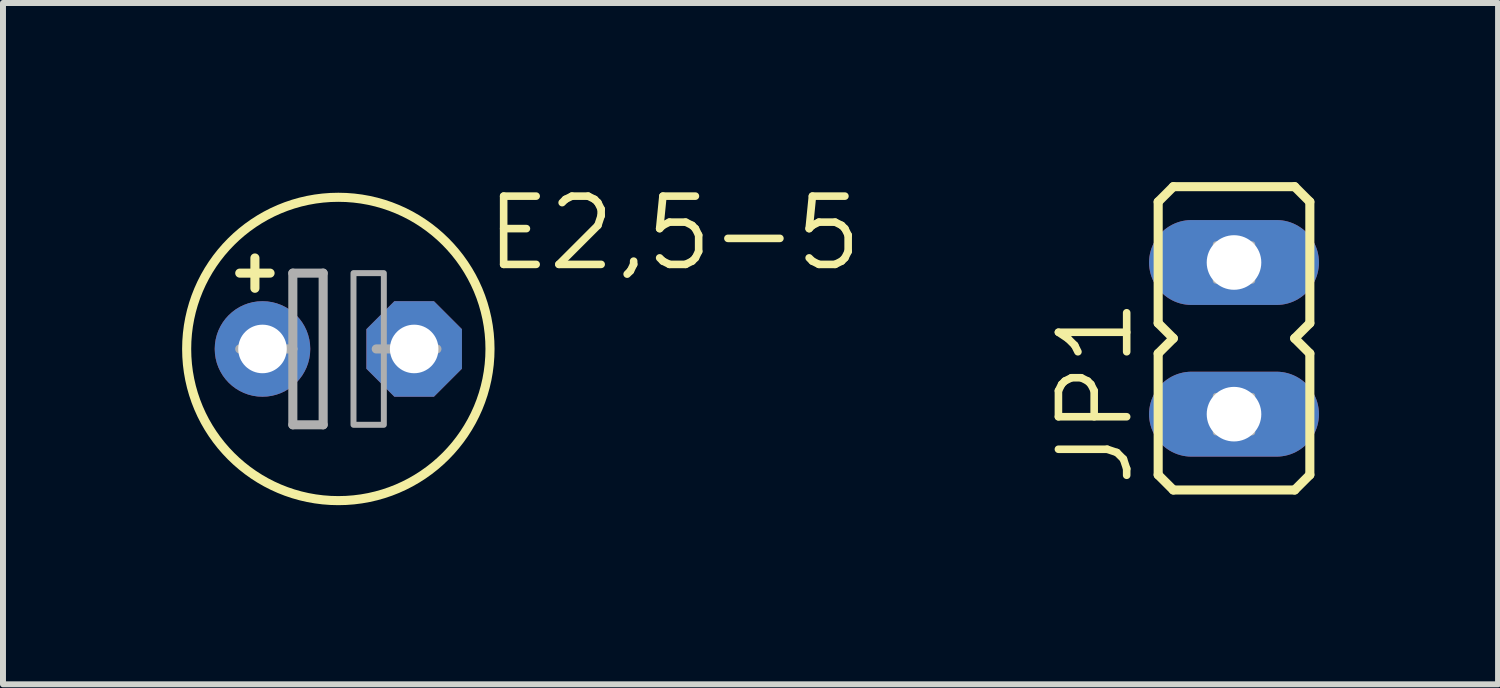
<source format=kicad_pcb>
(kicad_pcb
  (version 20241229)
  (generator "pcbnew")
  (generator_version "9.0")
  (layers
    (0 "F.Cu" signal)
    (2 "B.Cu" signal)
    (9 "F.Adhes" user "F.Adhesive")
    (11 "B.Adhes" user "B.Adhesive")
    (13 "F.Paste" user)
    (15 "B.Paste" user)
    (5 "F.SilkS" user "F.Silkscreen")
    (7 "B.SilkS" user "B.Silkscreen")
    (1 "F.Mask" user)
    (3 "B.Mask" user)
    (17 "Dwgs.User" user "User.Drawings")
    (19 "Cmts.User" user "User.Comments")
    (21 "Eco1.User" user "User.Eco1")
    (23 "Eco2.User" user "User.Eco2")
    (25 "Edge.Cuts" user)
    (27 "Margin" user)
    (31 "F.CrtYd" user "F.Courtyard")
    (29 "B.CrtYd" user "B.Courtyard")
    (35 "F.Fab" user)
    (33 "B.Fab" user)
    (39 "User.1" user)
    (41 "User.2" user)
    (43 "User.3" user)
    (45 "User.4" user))
  (footprint "JP1"
    (layer "F.Cu")
    (at 17.616 2.616)
    (property "Reference" "JP1" (at -1.651 2.54 90) (layer "F.SilkS") (effects (font (size 1.143 1.143) (thickness 0.127)) (justify left bottom)))
    (fp_line (start -1.27 -2.286) (end -1.27 -0.254) (stroke (width 0.152) (type solid)) (layer "F.SilkS"))
    (fp_line (start -1.27 -2.286) (end -1.016 -2.54) (stroke (width 0.152) (type solid)) (layer "F.SilkS"))
    (fp_line (start -1.27 0.254) (end -1.27 2.286) (stroke (width 0.152) (type solid)) (layer "F.SilkS"))
    (fp_line (start -1.016 0) (end -1.27 -0.254) (stroke (width 0.152) (type solid)) (layer "F.SilkS"))
    (fp_line (start -1.016 0) (end -1.27 0.254) (stroke (width 0.152) (type solid)) (layer "F.SilkS"))
    (fp_line (start -1.016 2.54) (end -1.27 2.286) (stroke (width 0.152) (type solid)) (layer "F.SilkS"))
    (fp_line (start -1.016 2.54) (end 1.016 2.54) (stroke (width 0.152) (type solid)) (layer "F.SilkS"))
    (fp_line (start 1.016 -2.54) (end -1.016 -2.54) (stroke (width 0.152) (type solid)) (layer "F.SilkS"))
    (fp_line (start 1.016 0) (end 1.27 -0.254) (stroke (width 0.152) (type solid)) (layer "F.SilkS"))
    (fp_line (start 1.016 0) (end 1.27 0.254) (stroke (width 0.152) (type solid)) (layer "F.SilkS"))
    (fp_line (start 1.016 2.54) (end 1.27 2.286) (stroke (width 0.152) (type solid)) (layer "F.SilkS"))
    (fp_line (start 1.27 -2.286) (end 1.016 -2.54) (stroke (width 0.152) (type solid)) (layer "F.SilkS"))
    (fp_line (start 1.27 -2.286) (end 1.27 -0.254) (stroke (width 0.152) (type solid)) (layer "F.SilkS"))
    (fp_line (start 1.27 0.254) (end 1.27 2.286) (stroke (width 0.152) (type solid)) (layer "F.SilkS"))
    (fp_poly (pts (xy -0.305 -0.965) (xy 0.305 -0.965) (xy 0.305 -1.575) (xy -0.305 -1.575)) (stroke (width 0.1) (type solid)) (fill no) (layer "F.Fab"))
    (fp_poly (pts (xy -0.305 1.575) (xy 0.305 1.575) (xy 0.305 0.965) (xy -0.305 0.965)) (stroke (width 0.1) (type solid)) (fill no) (layer "F.Fab"))
    (pad "1" thru_hole oval (at 0 1.27) (size 2.845 1.422) (drill 0.914) (layers "*.Cu" "*.Mask"))
    (pad "2" thru_hole oval (at 0 -1.27) (size 2.845 1.422) (drill 0.914) (layers "*.Cu" "*.Mask")))
  (footprint "E2,5-5"
    (layer "F.Cu")
    (at 2.616 2.794)
    (property "Reference" "E2,5-5" (at 2.413 -1.27 0) (layer "F.SilkS") (effects (font (size 1.143 1.143) (thickness 0.127)) (justify left bottom)))
    (fp_line (start -1.651 -1.27) (end -1.397 -1.27) (stroke (width 0.152) (type solid)) (layer "F.SilkS"))
    (fp_line (start -1.397 -1.27) (end -1.397 -1.524) (stroke (width 0.152) (type solid)) (layer "F.SilkS"))
    (fp_line (start -1.397 -1.27) (end -1.143 -1.27) (stroke (width 0.152) (type solid)) (layer "F.SilkS"))
    (fp_line (start -1.397 -1.016) (end -1.397 -1.27) (stroke (width 0.152) (type solid)) (layer "F.SilkS"))
    (fp_circle (center 0 0) (end 2.54 0) (stroke (width 0.152) (type solid)) (fill no) (layer "F.SilkS"))
    (fp_line (start -1.651 0) (end -0.762 0) (stroke (width 0.152) (type solid)) (layer "F.Fab"))
    (fp_line (start -0.762 -1.27) (end -0.762 0) (stroke (width 0.152) (type solid)) (layer "F.Fab"))
    (fp_line (start -0.762 0) (end -0.762 1.27) (stroke (width 0.152) (type solid)) (layer "F.Fab"))
    (fp_line (start -0.762 1.27) (end -0.254 1.27) (stroke (width 0.152) (type solid)) (layer "F.Fab"))
    (fp_line (start -0.254 -1.27) (end -0.762 -1.27) (stroke (width 0.152) (type solid)) (layer "F.Fab"))
    (fp_line (start -0.254 1.27) (end -0.254 -1.27) (stroke (width 0.152) (type solid)) (layer "F.Fab"))
    (fp_line (start 0.635 0) (end 1.651 0) (stroke (width 0.152) (type solid)) (layer "F.Fab"))
    (fp_poly (pts (xy 0.254 1.27) (xy 0.762 1.27) (xy 0.762 -1.27) (xy 0.254 -1.27)) (stroke (width 0.1) (type solid)) (fill no) (layer "F.Fab"))
    (pad "+" thru_hole circle (at -1.27 0) (size 1.6 1.6) (drill 0.813) (layers "*.Cu" "*.Mask"))
    (pad "-" thru_hole roundrect (at 1.27 0) (size 1.6 1.6) (drill 0.813) (layers "*.Cu" "*.Mask") (roundrect_rratio 0.25) (chamfer_ratio 0.293) (chamfer top_left top_right bottom_left bottom_right)))
  (gr_rect
    (start -3 -3)
    (end 22.038 8.41)
    (stroke (width 0.1) (type default))
    (fill no)
    (layer "Edge.Cuts")))
</source>
